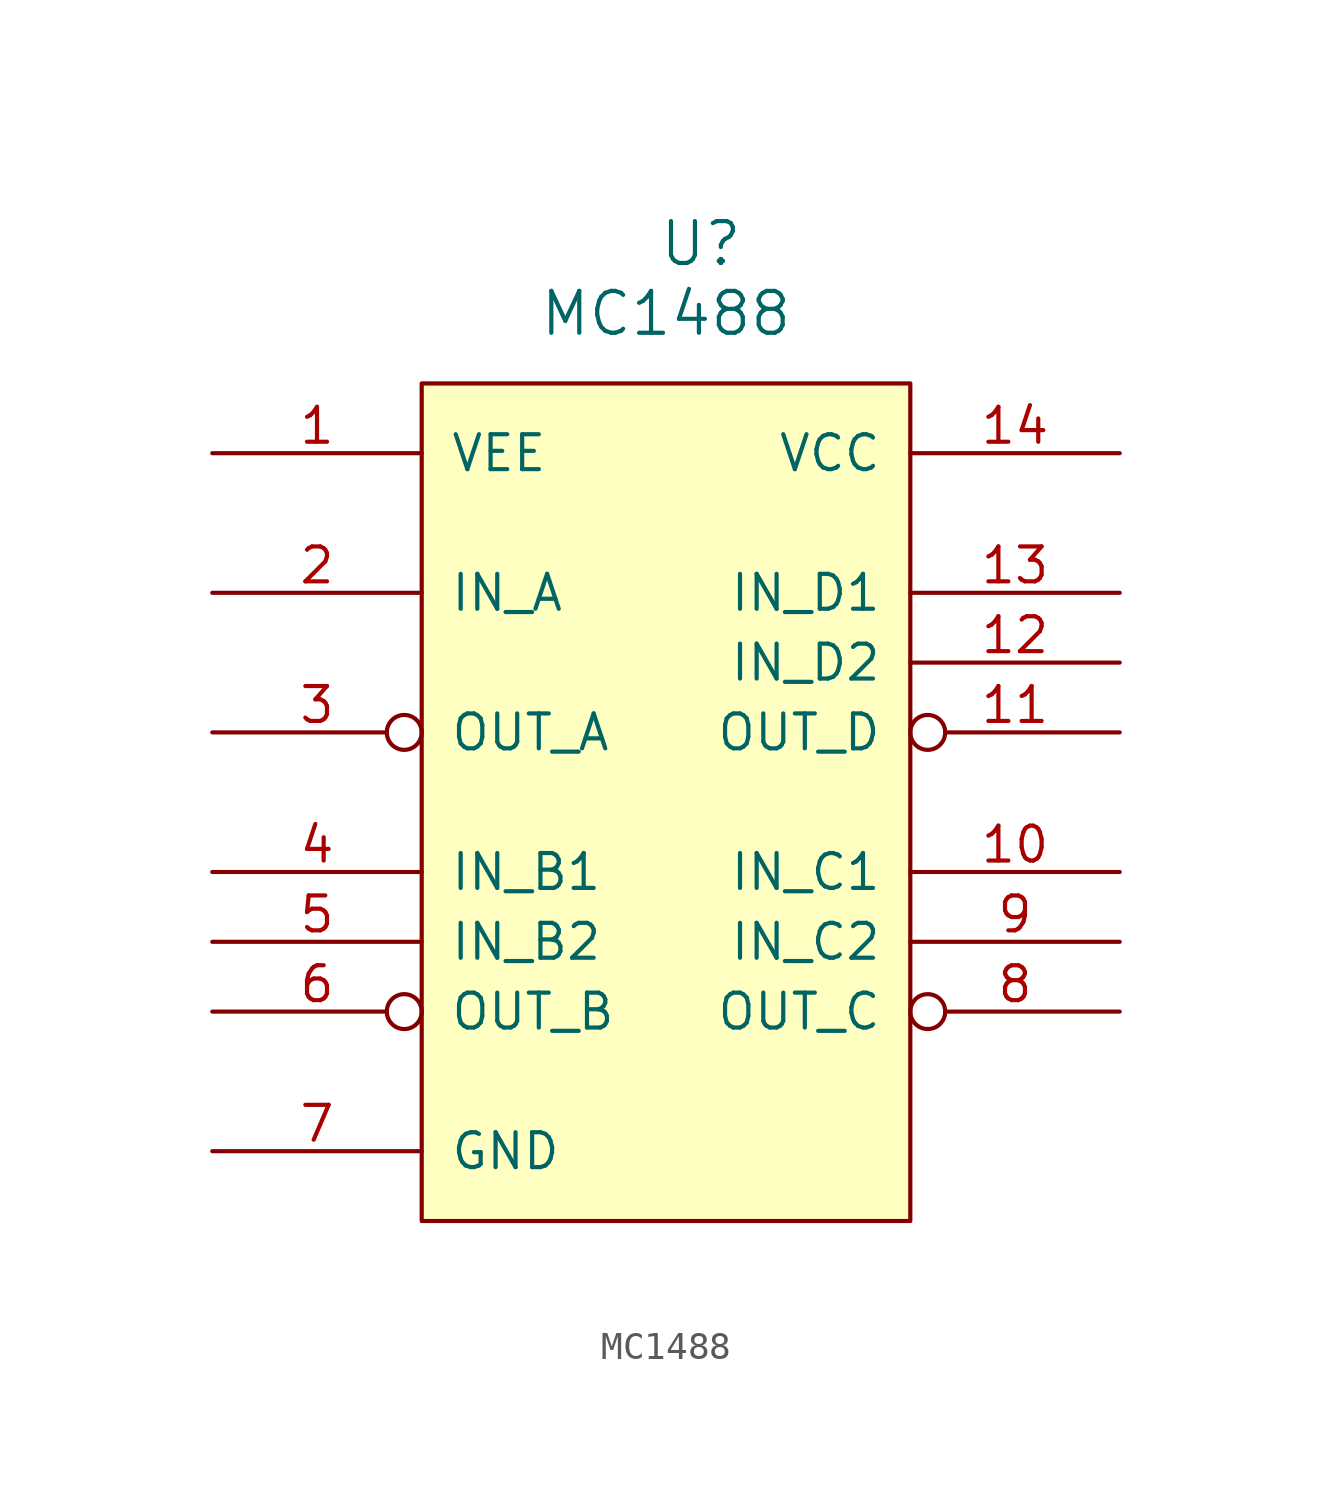
<source format=kicad_sym>
(kicad_symbol_lib
  (version 20211014)
  (generator kicad_symbol_editor)
  (symbol "MC1488"
    (pin_names
      (offset 1.016))
    (property "Reference" "U"
      (at 0 25.4 0)
      (effects (font (size 1.524 1.524))))
    (property "Value" "MC1488"
      (at -1.27 22.86 0)
      (effects (font (size 1.524 1.524))))
    (property "Footprint" ""
      (at 0 0 0)
      (effects (font (size 1.524 1.524))))
    (property "Datasheet" ""
      (at 0 0 0)
      (effects (font (size 1.524 1.524))))
    (symbol "MC1488_0_1"
      (rectangle (start -10.16 20.32) (end 7.62 -10.16) (stroke (width 0) (type default) (color 0 0 0 0)) (fill (type background))))
    (symbol "MC1488_1_1"
      (pin power_in line (at -17.78 17.78 0) (length 7.62) (name "VEE" (effects (font (size 1.27 1.27)))) (number "1" (effects (font (size 1.27 1.27)))))
      (pin input line (at 15.24 2.54 180) (length 7.62) (name "IN_C1" (effects (font (size 1.27 1.27)))) (number "10" (effects (font (size 1.27 1.27)))))
      (pin output inverted (at 15.24 7.62 180) (length 7.62) (name "OUT_D" (effects (font (size 1.27 1.27)))) (number "11" (effects (font (size 1.27 1.27)))))
      (pin input line (at 15.24 10.16 180) (length 7.62) (name "IN_D2" (effects (font (size 1.27 1.27)))) (number "12" (effects (font (size 1.27 1.27)))))
      (pin input line (at 15.24 12.7 180) (length 7.62) (name "IN_D1" (effects (font (size 1.27 1.27)))) (number "13" (effects (font (size 1.27 1.27)))))
      (pin power_in line (at 15.24 17.78 180) (length 7.62) (name "VCC" (effects (font (size 1.27 1.27)))) (number "14" (effects (font (size 1.27 1.27)))))
      (pin input line (at -17.78 12.7 0) (length 7.62) (name "IN_A" (effects (font (size 1.27 1.27)))) (number "2" (effects (font (size 1.27 1.27)))))
      (pin output inverted (at -17.78 7.62 0) (length 7.62) (name "OUT_A" (effects (font (size 1.27 1.27)))) (number "3" (effects (font (size 1.27 1.27)))))
      (pin input line (at -17.78 2.54 0) (length 7.62) (name "IN_B1" (effects (font (size 1.27 1.27)))) (number "4" (effects (font (size 1.27 1.27)))))
      (pin input line (at -17.78 0 0) (length 7.62) (name "IN_B2" (effects (font (size 1.27 1.27)))) (number "5" (effects (font (size 1.27 1.27)))))
      (pin output inverted (at -17.78 -2.54 0) (length 7.62) (name "OUT_B" (effects (font (size 1.27 1.27)))) (number "6" (effects (font (size 1.27 1.27)))))
      (pin power_in line (at -17.78 -7.62 0) (length 7.62) (name "GND" (effects (font (size 1.27 1.27)))) (number "7" (effects (font (size 1.27 1.27)))))
      (pin output inverted (at 15.24 -2.54 180) (length 7.62) (name "OUT_C" (effects (font (size 1.27 1.27)))) (number "8" (effects (font (size 1.27 1.27)))))
      (pin input line (at 15.24 0 180) (length 7.62) (name "IN_C2" (effects (font (size 1.27 1.27)))) (number "9" (effects (font (size 1.27 1.27))))))))
</source>
